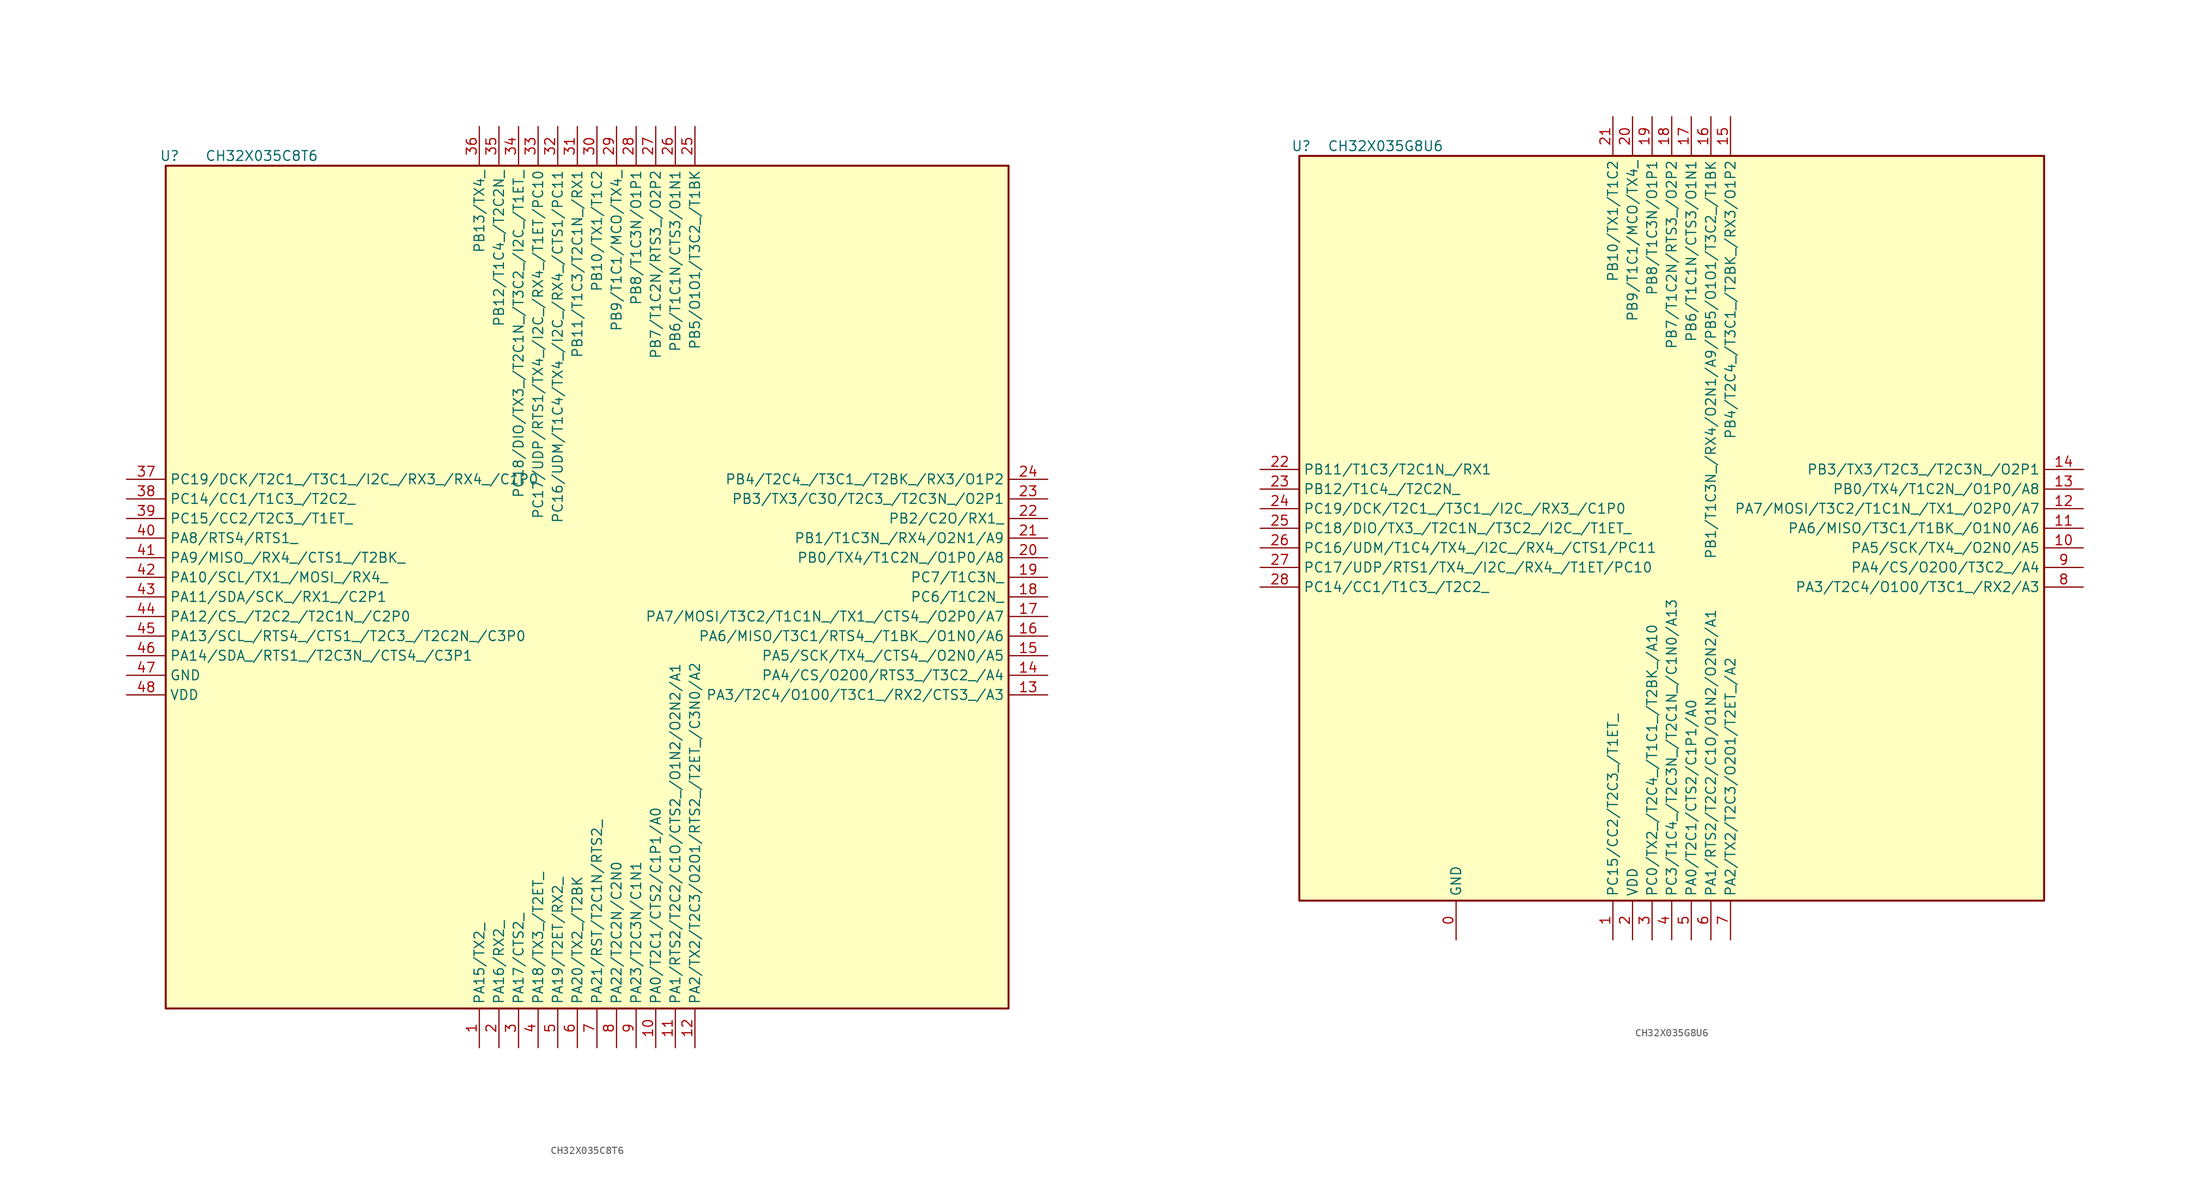
<source format=kicad_sym>
(kicad_symbol_lib
  (version 20231120)
  (generator "kicad_symbol_editor")
  (generator_version "8.0")
  (symbol "CH32X035C8T6"
    (property "Reference" "U"
      (at -54.102 55.88 0)
      (effects (font (size 1.27 1.27))))
    (property "Value" "CH32X035C8T6"
      (at -42.164 55.88 0)
      (effects (font (size 1.27 1.27))))
    (symbol "CH32X035C8T6_1_0"
      (rectangle (start -54.61 54.61) (end 54.61 -54.61) (stroke (width 0.254) (type solid) (color 128 0 0 1)) (fill (type background)))
      (pin bidirectional line (at -13.97 -59.69 90) (length 5.08) (name "PA15/TX2_" (effects (font (size 1.27 1.27)))) (number "1" (effects (font (size 1.27 1.27)))))
      (pin bidirectional line (at 8.89 -59.69 90) (length 5.08) (name "PA0/T2C1/CTS2/C1P1/A0" (effects (font (size 1.27 1.27)))) (number "10" (effects (font (size 1.27 1.27)))))
      (pin bidirectional line (at 11.43 -59.69 90) (length 5.08) (name "PA1/RTS2/T2C2/C1O/CTS2_/O1N2/O2N2/A1" (effects (font (size 1.27 1.27)))) (number "11" (effects (font (size 1.27 1.27)))))
      (pin bidirectional line (at 13.97 -59.69 90) (length 5.08) (name "PA2/TX2/T2C3/O2O1/RTS2_/T2ET_/C3N0/A2" (effects (font (size 1.27 1.27)))) (number "12" (effects (font (size 1.27 1.27)))))
      (pin bidirectional line (at 59.69 -13.97 180) (length 5.08) (name "PA3/T2C4/O1O0/T3C1_/RX2/CTS3_/A3" (effects (font (size 1.27 1.27)))) (number "13" (effects (font (size 1.27 1.27)))))
      (pin bidirectional line (at 59.69 -11.43 180) (length 5.08) (name "PA4/CS/O2O0/RTS3_/T3C2_/A4" (effects (font (size 1.27 1.27)))) (number "14" (effects (font (size 1.27 1.27)))))
      (pin bidirectional line (at 59.69 -8.89 180) (length 5.08) (name "PA5/SCK/TX4_/CTS4_/O2N0/A5" (effects (font (size 1.27 1.27)))) (number "15" (effects (font (size 1.27 1.27)))))
      (pin bidirectional line (at 59.69 -6.35 180) (length 5.08) (name "PA6/MISO/T3C1/RTS4_/T1BK_/O1N0/A6" (effects (font (size 1.27 1.27)))) (number "16" (effects (font (size 1.27 1.27)))))
      (pin bidirectional line (at 59.69 -3.81 180) (length 5.08) (name "PA7/MOSI/T3C2/T1C1N_/TX1_/CTS4_/O2P0/A7" (effects (font (size 1.27 1.27)))) (number "17" (effects (font (size 1.27 1.27)))))
      (pin bidirectional line (at 59.69 -1.27 180) (length 5.08) (name "PC6/T1C2N_" (effects (font (size 1.27 1.27)))) (number "18" (effects (font (size 1.27 1.27)))))
      (pin bidirectional line (at 59.69 1.27 180) (length 5.08) (name "PC7/T1C3N_" (effects (font (size 1.27 1.27)))) (number "19" (effects (font (size 1.27 1.27)))))
      (pin bidirectional line (at -11.43 -59.69 90) (length 5.08) (name "PA16/RX2_" (effects (font (size 1.27 1.27)))) (number "2" (effects (font (size 1.27 1.27)))))
      (pin bidirectional line (at 59.69 3.81 180) (length 5.08) (name "PB0/TX4/T1C2N_/O1P0/A8" (effects (font (size 1.27 1.27)))) (number "20" (effects (font (size 1.27 1.27)))))
      (pin bidirectional line (at 59.69 6.35 180) (length 5.08) (name "PB1/T1C3N_/RX4/O2N1/A9" (effects (font (size 1.27 1.27)))) (number "21" (effects (font (size 1.27 1.27)))))
      (pin bidirectional line (at 59.69 8.89 180) (length 5.08) (name "PB2/C2O/RX1_" (effects (font (size 1.27 1.27)))) (number "22" (effects (font (size 1.27 1.27)))))
      (pin bidirectional line (at 59.69 11.43 180) (length 5.08) (name "PB3/TX3/C3O/T2C3_/T2C3N_/O2P1" (effects (font (size 1.27 1.27)))) (number "23" (effects (font (size 1.27 1.27)))))
      (pin bidirectional line (at 59.69 13.97 180) (length 5.08) (name "PB4/T2C4_/T3C1_/T2BK_/RX3/O1P2" (effects (font (size 1.27 1.27)))) (number "24" (effects (font (size 1.27 1.27)))))
      (pin bidirectional line (at 13.97 59.69 270) (length 5.08) (name "PB5/O1O1/T3C2_/T1BK" (effects (font (size 1.27 1.27)))) (number "25" (effects (font (size 1.27 1.27)))))
      (pin bidirectional line (at 11.43 59.69 270) (length 5.08) (name "PB6/T1C1N/CTS3/O1N1" (effects (font (size 1.27 1.27)))) (number "26" (effects (font (size 1.27 1.27)))))
      (pin bidirectional line (at 8.89 59.69 270) (length 5.08) (name "PB7/T1C2N/RTS3_/O2P2" (effects (font (size 1.27 1.27)))) (number "27" (effects (font (size 1.27 1.27)))))
      (pin bidirectional line (at 6.35 59.69 270) (length 5.08) (name "PB8/T1C3N/O1P1" (effects (font (size 1.27 1.27)))) (number "28" (effects (font (size 1.27 1.27)))))
      (pin bidirectional line (at 3.81 59.69 270) (length 5.08) (name "PB9/T1C1/MCO/TX4_" (effects (font (size 1.27 1.27)))) (number "29" (effects (font (size 1.27 1.27)))))
      (pin bidirectional line (at -8.89 -59.69 90) (length 5.08) (name "PA17/CTS2_" (effects (font (size 1.27 1.27)))) (number "3" (effects (font (size 1.27 1.27)))))
      (pin bidirectional line (at 1.27 59.69 270) (length 5.08) (name "PB10/TX1/T1C2" (effects (font (size 1.27 1.27)))) (number "30" (effects (font (size 1.27 1.27)))))
      (pin bidirectional line (at -1.27 59.69 270) (length 5.08) (name "PB11/T1C3/T2C1N_/RX1" (effects (font (size 1.27 1.27)))) (number "31" (effects (font (size 1.27 1.27)))))
      (pin bidirectional line (at -3.81 59.69 270) (length 5.08) (name "PC16/UDM/T1C4/TX4_/I2C_/RX4_/CTS1/PC11" (effects (font (size 1.27 1.27)))) (number "32" (effects (font (size 1.27 1.27)))))
      (pin bidirectional line (at -6.35 59.69 270) (length 5.08) (name "PC17/UDP/RTS1/TX4_/I2C_/RX4_/T1ET/PC10" (effects (font (size 1.27 1.27)))) (number "33" (effects (font (size 1.27 1.27)))))
      (pin bidirectional line (at -8.89 59.69 270) (length 5.08) (name "PC18/DIO/TX3_/T2C1N_/T3C2_/I2C_/T1ET_" (effects (font (size 1.27 1.27)))) (number "34" (effects (font (size 1.27 1.27)))))
      (pin bidirectional line (at -11.43 59.69 270) (length 5.08) (name "PB12/T1C4_/T2C2N_" (effects (font (size 1.27 1.27)))) (number "35" (effects (font (size 1.27 1.27)))))
      (pin bidirectional line (at -13.97 59.69 270) (length 5.08) (name "PB13/TX4_" (effects (font (size 1.27 1.27)))) (number "36" (effects (font (size 1.27 1.27)))))
      (pin bidirectional line (at -59.69 13.97 0) (length 5.08) (name "PC19/DCK/T2C1_/T3C1_/I2C_/RX3_/RX4_/C1P0" (effects (font (size 1.27 1.27)))) (number "37" (effects (font (size 1.27 1.27)))))
      (pin bidirectional line (at -59.69 11.43 0) (length 5.08) (name "PC14/CC1/T1C3_/T2C2_" (effects (font (size 1.27 1.27)))) (number "38" (effects (font (size 1.27 1.27)))))
      (pin bidirectional line (at -59.69 8.89 0) (length 5.08) (name "PC15/CC2/T2C3_/T1ET_" (effects (font (size 1.27 1.27)))) (number "39" (effects (font (size 1.27 1.27)))))
      (pin bidirectional line (at -6.35 -59.69 90) (length 5.08) (name "PA18/TX3_/T2ET_" (effects (font (size 1.27 1.27)))) (number "4" (effects (font (size 1.27 1.27)))))
      (pin bidirectional line (at -59.69 6.35 0) (length 5.08) (name "PA8/RTS4/RTS1_" (effects (font (size 1.27 1.27)))) (number "40" (effects (font (size 1.27 1.27)))))
      (pin bidirectional line (at -59.69 3.81 0) (length 5.08) (name "PA9/MISO_/RX4_/CTS1_/T2BK_" (effects (font (size 1.27 1.27)))) (number "41" (effects (font (size 1.27 1.27)))))
      (pin bidirectional line (at -59.69 1.27 0) (length 5.08) (name "PA10/SCL/TX1_/MOSI_/RX4_" (effects (font (size 1.27 1.27)))) (number "42" (effects (font (size 1.27 1.27)))))
      (pin bidirectional line (at -59.69 -1.27 0) (length 5.08) (name "PA11/SDA/SCK_/RX1_/C2P1" (effects (font (size 1.27 1.27)))) (number "43" (effects (font (size 1.27 1.27)))))
      (pin bidirectional line (at -59.69 -3.81 0) (length 5.08) (name "PA12/CS_/T2C2_/T2C1N_/C2P0" (effects (font (size 1.27 1.27)))) (number "44" (effects (font (size 1.27 1.27)))))
      (pin bidirectional line (at -59.69 -6.35 0) (length 5.08) (name "PA13/SCL_/RTS4_/CTS1_/T2C3_/T2C2N_/C3P0" (effects (font (size 1.27 1.27)))) (number "45" (effects (font (size 1.27 1.27)))))
      (pin bidirectional line (at -59.69 -8.89 0) (length 5.08) (name "PA14/SDA_/RTS1_/T2C3N_/CTS4_/C3P1" (effects (font (size 1.27 1.27)))) (number "46" (effects (font (size 1.27 1.27)))))
      (pin power_in line (at -59.69 -11.43 0) (length 5.08) (name "GND" (effects (font (size 1.27 1.27)))) (number "47" (effects (font (size 1.27 1.27)))))
      (pin power_in line (at -59.69 -13.97 0) (length 5.08) (name "VDD" (effects (font (size 1.27 1.27)))) (number "48" (effects (font (size 1.27 1.27)))))
      (pin bidirectional line (at -3.81 -59.69 90) (length 5.08) (name "PA19/T2ET/RX2_" (effects (font (size 1.27 1.27)))) (number "5" (effects (font (size 1.27 1.27)))))
      (pin bidirectional line (at -1.27 -59.69 90) (length 5.08) (name "PA20/TX2_/T2BK" (effects (font (size 1.27 1.27)))) (number "6" (effects (font (size 1.27 1.27)))))
      (pin bidirectional line (at 1.27 -59.69 90) (length 5.08) (name "PA21/RST/T2C1N/RTS2_" (effects (font (size 1.27 1.27)))) (number "7" (effects (font (size 1.27 1.27)))))
      (pin bidirectional line (at 3.81 -59.69 90) (length 5.08) (name "PA22/T2C2N/C2N0" (effects (font (size 1.27 1.27)))) (number "8" (effects (font (size 1.27 1.27)))))
      (pin bidirectional line (at 6.35 -59.69 90) (length 5.08) (name "PA23/T2C3N/C1N1" (effects (font (size 1.27 1.27)))) (number "9" (effects (font (size 1.27 1.27)))))))
  (symbol "CH32X035G8U6"
    (property "Reference" "U"
      (at -48.006 49.53 0)
      (effects (font (size 1.27 1.27))))
    (property "Value" "CH32X035G8U6"
      (at -37.084 49.53 0)
      (effects (font (size 1.27 1.27))))
    (symbol "CH32X035G8U6_1_0"
      (rectangle (start -48.26 48.26) (end 48.26 -48.26) (stroke (width 0.254) (type solid) (color 128 0 0 1)) (fill (type background)))
      (pin power_in line (at -27.94 -53.34 90) (length 5.08) (name "GND" (effects (font (size 1.27 1.27)))) (number "0" (effects (font (size 1.27 1.27)))))
      (pin bidirectional line (at -7.62 -53.34 90) (length 5.08) (name "PC15/CC2/T2C3_/T1ET_" (effects (font (size 1.27 1.27)))) (number "1" (effects (font (size 1.27 1.27)))))
      (pin bidirectional line (at 53.34 -2.54 180) (length 5.08) (name "PA5/SCK/TX4_/O2N0/A5" (effects (font (size 1.27 1.27)))) (number "10" (effects (font (size 1.27 1.27)))))
      (pin bidirectional line (at 53.34 0 180) (length 5.08) (name "PA6/MISO/T3C1/T1BK_/O1N0/A6" (effects (font (size 1.27 1.27)))) (number "11" (effects (font (size 1.27 1.27)))))
      (pin bidirectional line (at 53.34 2.54 180) (length 5.08) (name "PA7/MOSI/T3C2/T1C1N_/TX1_/O2P0/A7" (effects (font (size 1.27 1.27)))) (number "12" (effects (font (size 1.27 1.27)))))
      (pin bidirectional line (at 53.34 5.08 180) (length 5.08) (name "PB0/TX4/T1C2N_/O1P0/A8" (effects (font (size 1.27 1.27)))) (number "13" (effects (font (size 1.27 1.27)))))
      (pin bidirectional line (at 53.34 7.62 180) (length 5.08) (name "PB3/TX3/T2C3_/T2C3N_/O2P1" (effects (font (size 1.27 1.27)))) (number "14" (effects (font (size 1.27 1.27)))))
      (pin bidirectional line (at 7.62 53.34 270) (length 5.08) (name "PB4/T2C4_/T3C1_/T2BK_/RX3/O1P2" (effects (font (size 1.27 1.27)))) (number "15" (effects (font (size 1.27 1.27)))))
      (pin bidirectional line (at 5.08 53.34 270) (length 5.08) (name "PB1/T1C3N_/RX4/O2N1/A9/PB5/O1O1/T3C2_/T1BK" (effects (font (size 1.27 1.27)))) (number "16" (effects (font (size 1.27 1.27)))))
      (pin bidirectional line (at 2.54 53.34 270) (length 5.08) (name "PB6/T1C1N/CTS3/O1N1" (effects (font (size 1.27 1.27)))) (number "17" (effects (font (size 1.27 1.27)))))
      (pin bidirectional line (at 0 53.34 270) (length 5.08) (name "PB7/T1C2N/RTS3_/O2P2" (effects (font (size 1.27 1.27)))) (number "18" (effects (font (size 1.27 1.27)))))
      (pin bidirectional line (at -2.54 53.34 270) (length 5.08) (name "PB8/T1C3N/O1P1" (effects (font (size 1.27 1.27)))) (number "19" (effects (font (size 1.27 1.27)))))
      (pin power_in line (at -5.08 -53.34 90) (length 5.08) (name "VDD" (effects (font (size 1.27 1.27)))) (number "2" (effects (font (size 1.27 1.27)))))
      (pin bidirectional line (at -5.08 53.34 270) (length 5.08) (name "PB9/T1C1/MCO/TX4_" (effects (font (size 1.27 1.27)))) (number "20" (effects (font (size 1.27 1.27)))))
      (pin bidirectional line (at -7.62 53.34 270) (length 5.08) (name "PB10/TX1/T1C2" (effects (font (size 1.27 1.27)))) (number "21" (effects (font (size 1.27 1.27)))))
      (pin bidirectional line (at -53.34 7.62 0) (length 5.08) (name "PB11/T1C3/T2C1N_/RX1" (effects (font (size 1.27 1.27)))) (number "22" (effects (font (size 1.27 1.27)))))
      (pin bidirectional line (at -53.34 5.08 0) (length 5.08) (name "PB12/T1C4_/T2C2N_" (effects (font (size 1.27 1.27)))) (number "23" (effects (font (size 1.27 1.27)))))
      (pin bidirectional line (at -53.34 2.54 0) (length 5.08) (name "PC19/DCK/T2C1_/T3C1_/I2C_/RX3_/C1P0" (effects (font (size 1.27 1.27)))) (number "24" (effects (font (size 1.27 1.27)))))
      (pin bidirectional line (at -53.34 0 0) (length 5.08) (name "PC18/DIO/TX3_/T2C1N_/T3C2_/I2C_/T1ET_" (effects (font (size 1.27 1.27)))) (number "25" (effects (font (size 1.27 1.27)))))
      (pin bidirectional line (at -53.34 -2.54 0) (length 5.08) (name "PC16/UDM/T1C4/TX4_/I2C_/RX4_/CTS1/PC11" (effects (font (size 1.27 1.27)))) (number "26" (effects (font (size 1.27 1.27)))))
      (pin bidirectional line (at -53.34 -5.08 0) (length 5.08) (name "PC17/UDP/RTS1/TX4_/I2C_/RX4_/T1ET/PC10" (effects (font (size 1.27 1.27)))) (number "27" (effects (font (size 1.27 1.27)))))
      (pin bidirectional line (at -53.34 -7.62 0) (length 5.08) (name "PC14/CC1/T1C3_/T2C2_" (effects (font (size 1.27 1.27)))) (number "28" (effects (font (size 1.27 1.27)))))
      (pin bidirectional line (at -2.54 -53.34 90) (length 5.08) (name "PC0/TX2_/T2C4_/T1C1_/T2BK_/A10" (effects (font (size 1.27 1.27)))) (number "3" (effects (font (size 1.27 1.27)))))
      (pin bidirectional line (at 0 -53.34 90) (length 5.08) (name "PC3/T1C4_/T2C3N_/T2C1N_/C1N0/A13" (effects (font (size 1.27 1.27)))) (number "4" (effects (font (size 1.27 1.27)))))
      (pin bidirectional line (at 2.54 -53.34 90) (length 5.08) (name "PA0/T2C1/CTS2/C1P1/A0" (effects (font (size 1.27 1.27)))) (number "5" (effects (font (size 1.27 1.27)))))
      (pin bidirectional line (at 5.08 -53.34 90) (length 5.08) (name "PA1/RTS2/T2C2/C1O/O1N2/O2N2/A1" (effects (font (size 1.27 1.27)))) (number "6" (effects (font (size 1.27 1.27)))))
      (pin bidirectional line (at 7.62 -53.34 90) (length 5.08) (name "PA2/TX2/T2C3/O2O1/T2ET_/A2" (effects (font (size 1.27 1.27)))) (number "7" (effects (font (size 1.27 1.27)))))
      (pin bidirectional line (at 53.34 -7.62 180) (length 5.08) (name "PA3/T2C4/O1O0/T3C1_/RX2/A3" (effects (font (size 1.27 1.27)))) (number "8" (effects (font (size 1.27 1.27)))))
      (pin bidirectional line (at 53.34 -5.08 180) (length 5.08) (name "PA4/CS/O2O0/T3C2_/A4" (effects (font (size 1.27 1.27)))) (number "9" (effects (font (size 1.27 1.27))))))))
</source>
